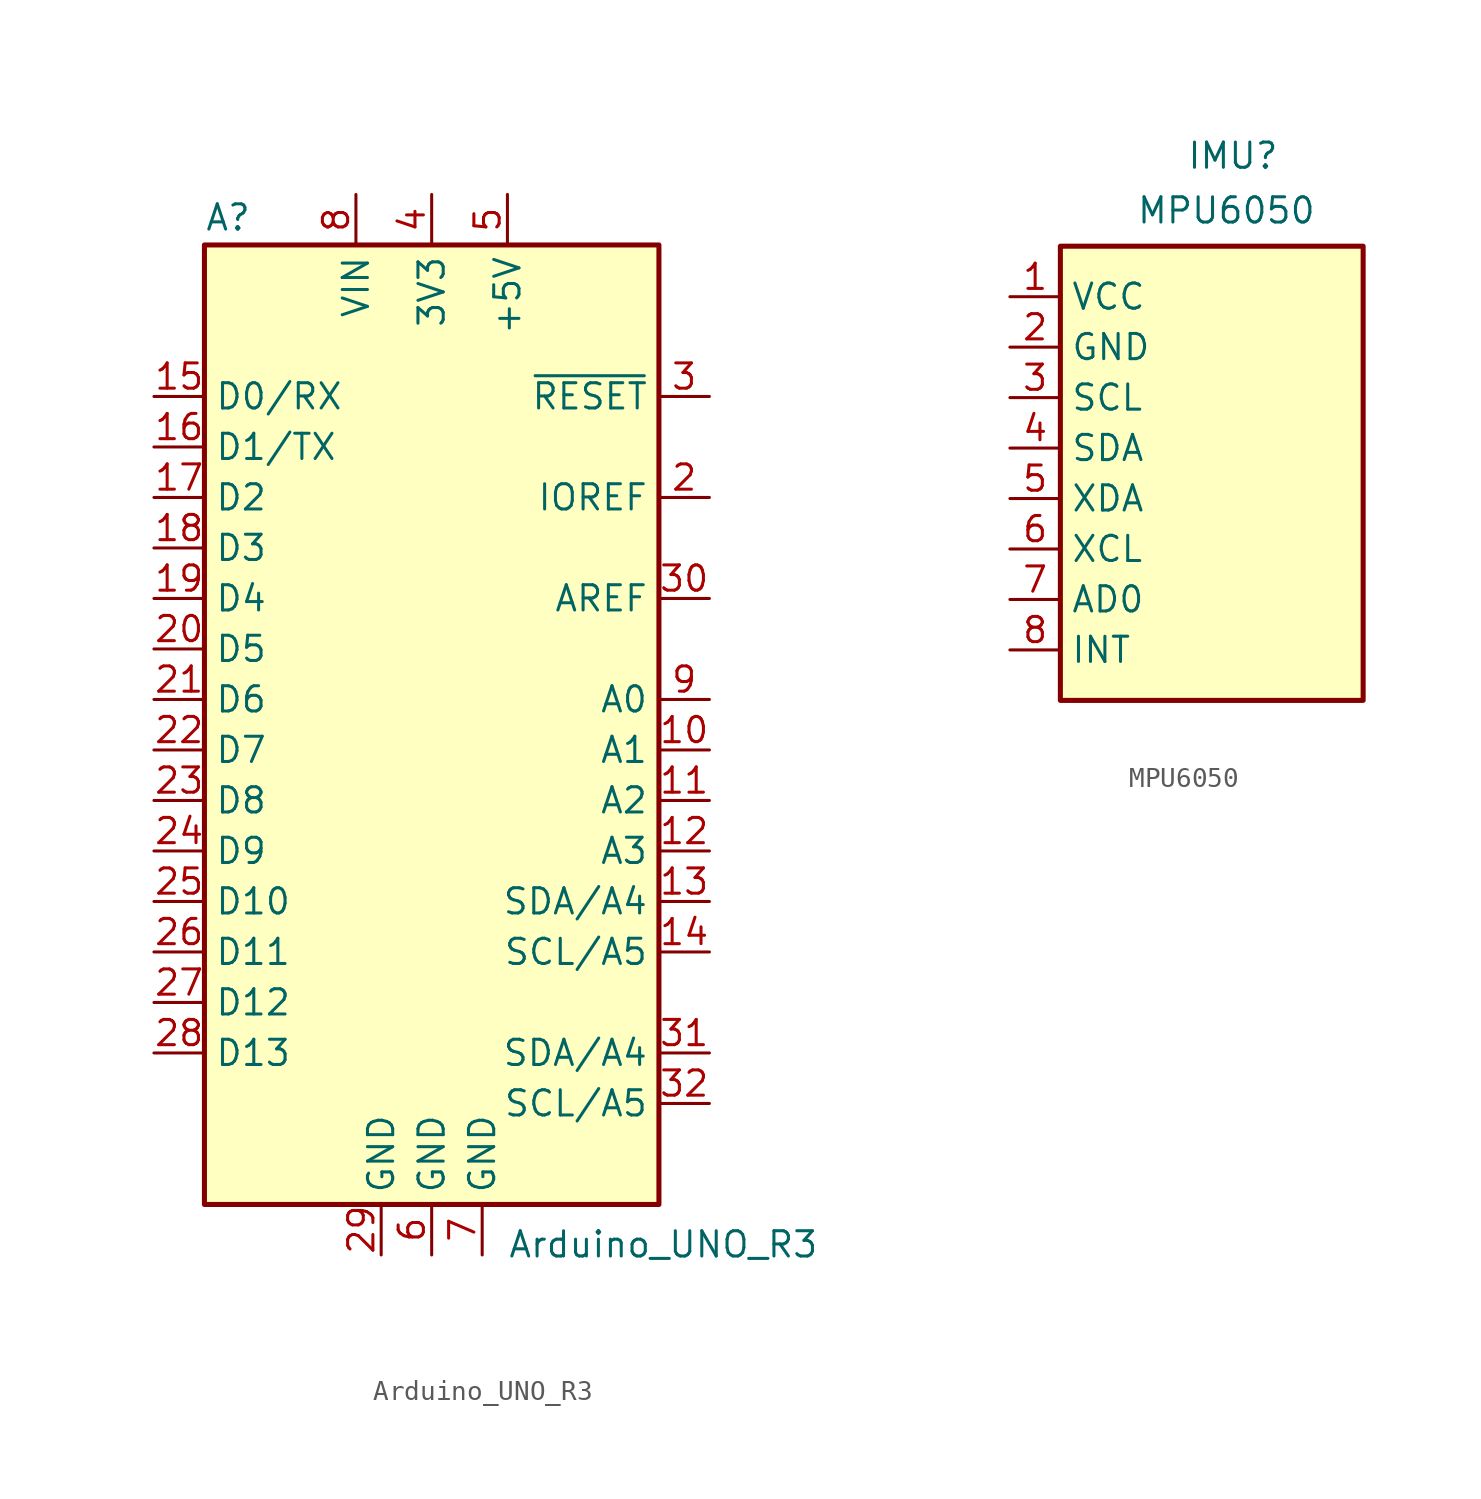
<source format=kicad_sym>
(kicad_symbol_lib
  (version 20231120)
  (generator "kicad_symbol_editor")
  (generator_version "8.0")
  (symbol "Arduino_UNO_R3"
    (property "Reference" "A"
      (at -11.43 23.495 0)
      (effects (font (size 1.27 1.27)) (justify left bottom)))
    (property "Value" "Arduino_UNO_R3"
      (at 3.81 -26.67 0)
      (effects (font (size 1.27 1.27)) (justify left top)))
    (symbol "Arduino_UNO_R3_0_1"
      (rectangle (start -11.43 22.86) (end 11.43 -25.4) (stroke (width 0.254) (type default)) (fill (type background))))
    (symbol "Arduino_UNO_R3_1_1"
      (pin no_connect line (at -11.43 -20.32 0) (length 2.54) hide (name "NC" (effects (font (size 1.27 1.27)))) (number "1" (effects (font (size 1.27 1.27)))))
      (pin bidirectional line (at 13.97 -2.54 180) (length 2.54) (name "A1" (effects (font (size 1.27 1.27)))) (number "10" (effects (font (size 1.27 1.27)))))
      (pin bidirectional line (at 13.97 -5.08 180) (length 2.54) (name "A2" (effects (font (size 1.27 1.27)))) (number "11" (effects (font (size 1.27 1.27)))))
      (pin bidirectional line (at 13.97 -7.62 180) (length 2.54) (name "A3" (effects (font (size 1.27 1.27)))) (number "12" (effects (font (size 1.27 1.27)))))
      (pin bidirectional line (at 13.97 -10.16 180) (length 2.54) (name "SDA/A4" (effects (font (size 1.27 1.27)))) (number "13" (effects (font (size 1.27 1.27)))))
      (pin bidirectional line (at 13.97 -12.7 180) (length 2.54) (name "SCL/A5" (effects (font (size 1.27 1.27)))) (number "14" (effects (font (size 1.27 1.27)))))
      (pin bidirectional line (at -13.97 15.24 0) (length 2.54) (name "D0/RX" (effects (font (size 1.27 1.27)))) (number "15" (effects (font (size 1.27 1.27)))))
      (pin bidirectional line (at -13.97 12.7 0) (length 2.54) (name "D1/TX" (effects (font (size 1.27 1.27)))) (number "16" (effects (font (size 1.27 1.27)))))
      (pin bidirectional line (at -13.97 10.16 0) (length 2.54) (name "D2" (effects (font (size 1.27 1.27)))) (number "17" (effects (font (size 1.27 1.27)))))
      (pin bidirectional line (at -13.97 7.62 0) (length 2.54) (name "D3" (effects (font (size 1.27 1.27)))) (number "18" (effects (font (size 1.27 1.27)))))
      (pin bidirectional line (at -13.97 5.08 0) (length 2.54) (name "D4" (effects (font (size 1.27 1.27)))) (number "19" (effects (font (size 1.27 1.27)))))
      (pin output line (at 13.97 10.16 180) (length 2.54) (name "IOREF" (effects (font (size 1.27 1.27)))) (number "2" (effects (font (size 1.27 1.27)))))
      (pin bidirectional line (at -13.97 2.54 0) (length 2.54) (name "D5" (effects (font (size 1.27 1.27)))) (number "20" (effects (font (size 1.27 1.27)))))
      (pin bidirectional line (at -13.97 0 0) (length 2.54) (name "D6" (effects (font (size 1.27 1.27)))) (number "21" (effects (font (size 1.27 1.27)))))
      (pin bidirectional line (at -13.97 -2.54 0) (length 2.54) (name "D7" (effects (font (size 1.27 1.27)))) (number "22" (effects (font (size 1.27 1.27)))))
      (pin bidirectional line (at -13.97 -5.08 0) (length 2.54) (name "D8" (effects (font (size 1.27 1.27)))) (number "23" (effects (font (size 1.27 1.27)))))
      (pin bidirectional line (at -13.97 -7.62 0) (length 2.54) (name "D9" (effects (font (size 1.27 1.27)))) (number "24" (effects (font (size 1.27 1.27)))))
      (pin bidirectional line (at -13.97 -10.16 0) (length 2.54) (name "D10" (effects (font (size 1.27 1.27)))) (number "25" (effects (font (size 1.27 1.27)))))
      (pin bidirectional line (at -13.97 -12.7 0) (length 2.54) (name "D11" (effects (font (size 1.27 1.27)))) (number "26" (effects (font (size 1.27 1.27)))))
      (pin bidirectional line (at -13.97 -15.24 0) (length 2.54) (name "D12" (effects (font (size 1.27 1.27)))) (number "27" (effects (font (size 1.27 1.27)))))
      (pin bidirectional line (at -13.97 -17.78 0) (length 2.54) (name "D13" (effects (font (size 1.27 1.27)))) (number "28" (effects (font (size 1.27 1.27)))))
      (pin power_in line (at -2.54 -27.94 90) (length 2.54) (name "GND" (effects (font (size 1.27 1.27)))) (number "29" (effects (font (size 1.27 1.27)))))
      (pin input line (at 13.97 15.24 180) (length 2.54) (name "~{RESET}" (effects (font (size 1.27 1.27)))) (number "3" (effects (font (size 1.27 1.27)))))
      (pin input line (at 13.97 5.08 180) (length 2.54) (name "AREF" (effects (font (size 1.27 1.27)))) (number "30" (effects (font (size 1.27 1.27)))))
      (pin bidirectional line (at 13.97 -17.78 180) (length 2.54) (name "SDA/A4" (effects (font (size 1.27 1.27)))) (number "31" (effects (font (size 1.27 1.27)))))
      (pin bidirectional line (at 13.97 -20.32 180) (length 2.54) (name "SCL/A5" (effects (font (size 1.27 1.27)))) (number "32" (effects (font (size 1.27 1.27)))))
      (pin power_out line (at 0 25.4 270) (length 2.54) (name "3V3" (effects (font (size 1.27 1.27)))) (number "4" (effects (font (size 1.27 1.27)))))
      (pin power_out line (at 3.81 25.4 270) (length 2.54) (name "+5V" (effects (font (size 1.27 1.27)))) (number "5" (effects (font (size 1.27 1.27)))))
      (pin power_in line (at 0 -27.94 90) (length 2.54) (name "GND" (effects (font (size 1.27 1.27)))) (number "6" (effects (font (size 1.27 1.27)))))
      (pin power_in line (at 2.54 -27.94 90) (length 2.54) (name "GND" (effects (font (size 1.27 1.27)))) (number "7" (effects (font (size 1.27 1.27)))))
      (pin power_in line (at -3.81 25.4 270) (length 2.54) (name "VIN" (effects (font (size 1.27 1.27)))) (number "8" (effects (font (size 1.27 1.27)))))
      (pin bidirectional line (at 13.97 0 180) (length 2.54) (name "A0" (effects (font (size 1.27 1.27)))) (number "9" (effects (font (size 1.27 1.27)))))))
  (symbol "MPU6050"
    (property "Reference" "IMU"
      (at -1.27 15.24 0)
      (effects (font (size 1.27 1.27)) (justify left bottom)))
    (property "Value" "MPU6050"
      (at -3.81 13.97 0)
      (effects (font (size 1.27 1.27)) (justify left top)))
    (symbol "MPU6050_1_1"
      (rectangle (start -7.62 11.43) (end 7.62 -11.43) (stroke (width 0.254) (type default)) (fill (type background)))
      (pin power_in line (at -10.16 8.89 0) (length 2.54) (name "VCC" (effects (font (size 1.27 1.27)))) (number "1" (effects (font (size 1.27 1.27)))))
      (pin power_in line (at -10.16 6.35 0) (length 2.54) (name "GND" (effects (font (size 1.27 1.27)))) (number "2" (effects (font (size 1.27 1.27)))))
      (pin bidirectional line (at -10.16 3.81 0) (length 2.54) (name "SCL" (effects (font (size 1.27 1.27)))) (number "3" (effects (font (size 1.27 1.27)))))
      (pin bidirectional line (at -10.16 1.27 0) (length 2.54) (name "SDA" (effects (font (size 1.27 1.27)))) (number "4" (effects (font (size 1.27 1.27)))))
      (pin bidirectional line (at -10.16 -1.27 0) (length 2.54) (name "XDA" (effects (font (size 1.27 1.27)))) (number "5" (effects (font (size 1.27 1.27)))))
      (pin bidirectional line (at -10.16 -3.81 0) (length 2.54) (name "XCL" (effects (font (size 1.27 1.27)))) (number "6" (effects (font (size 1.27 1.27)))))
      (pin bidirectional line (at -10.16 -6.35 0) (length 2.54) (name "AD0" (effects (font (size 1.27 1.27)))) (number "7" (effects (font (size 1.27 1.27)))))
      (pin bidirectional line (at -10.16 -8.89 0) (length 2.54) (name "INT" (effects (font (size 1.27 1.27)))) (number "8" (effects (font (size 1.27 1.27))))))))
</source>
